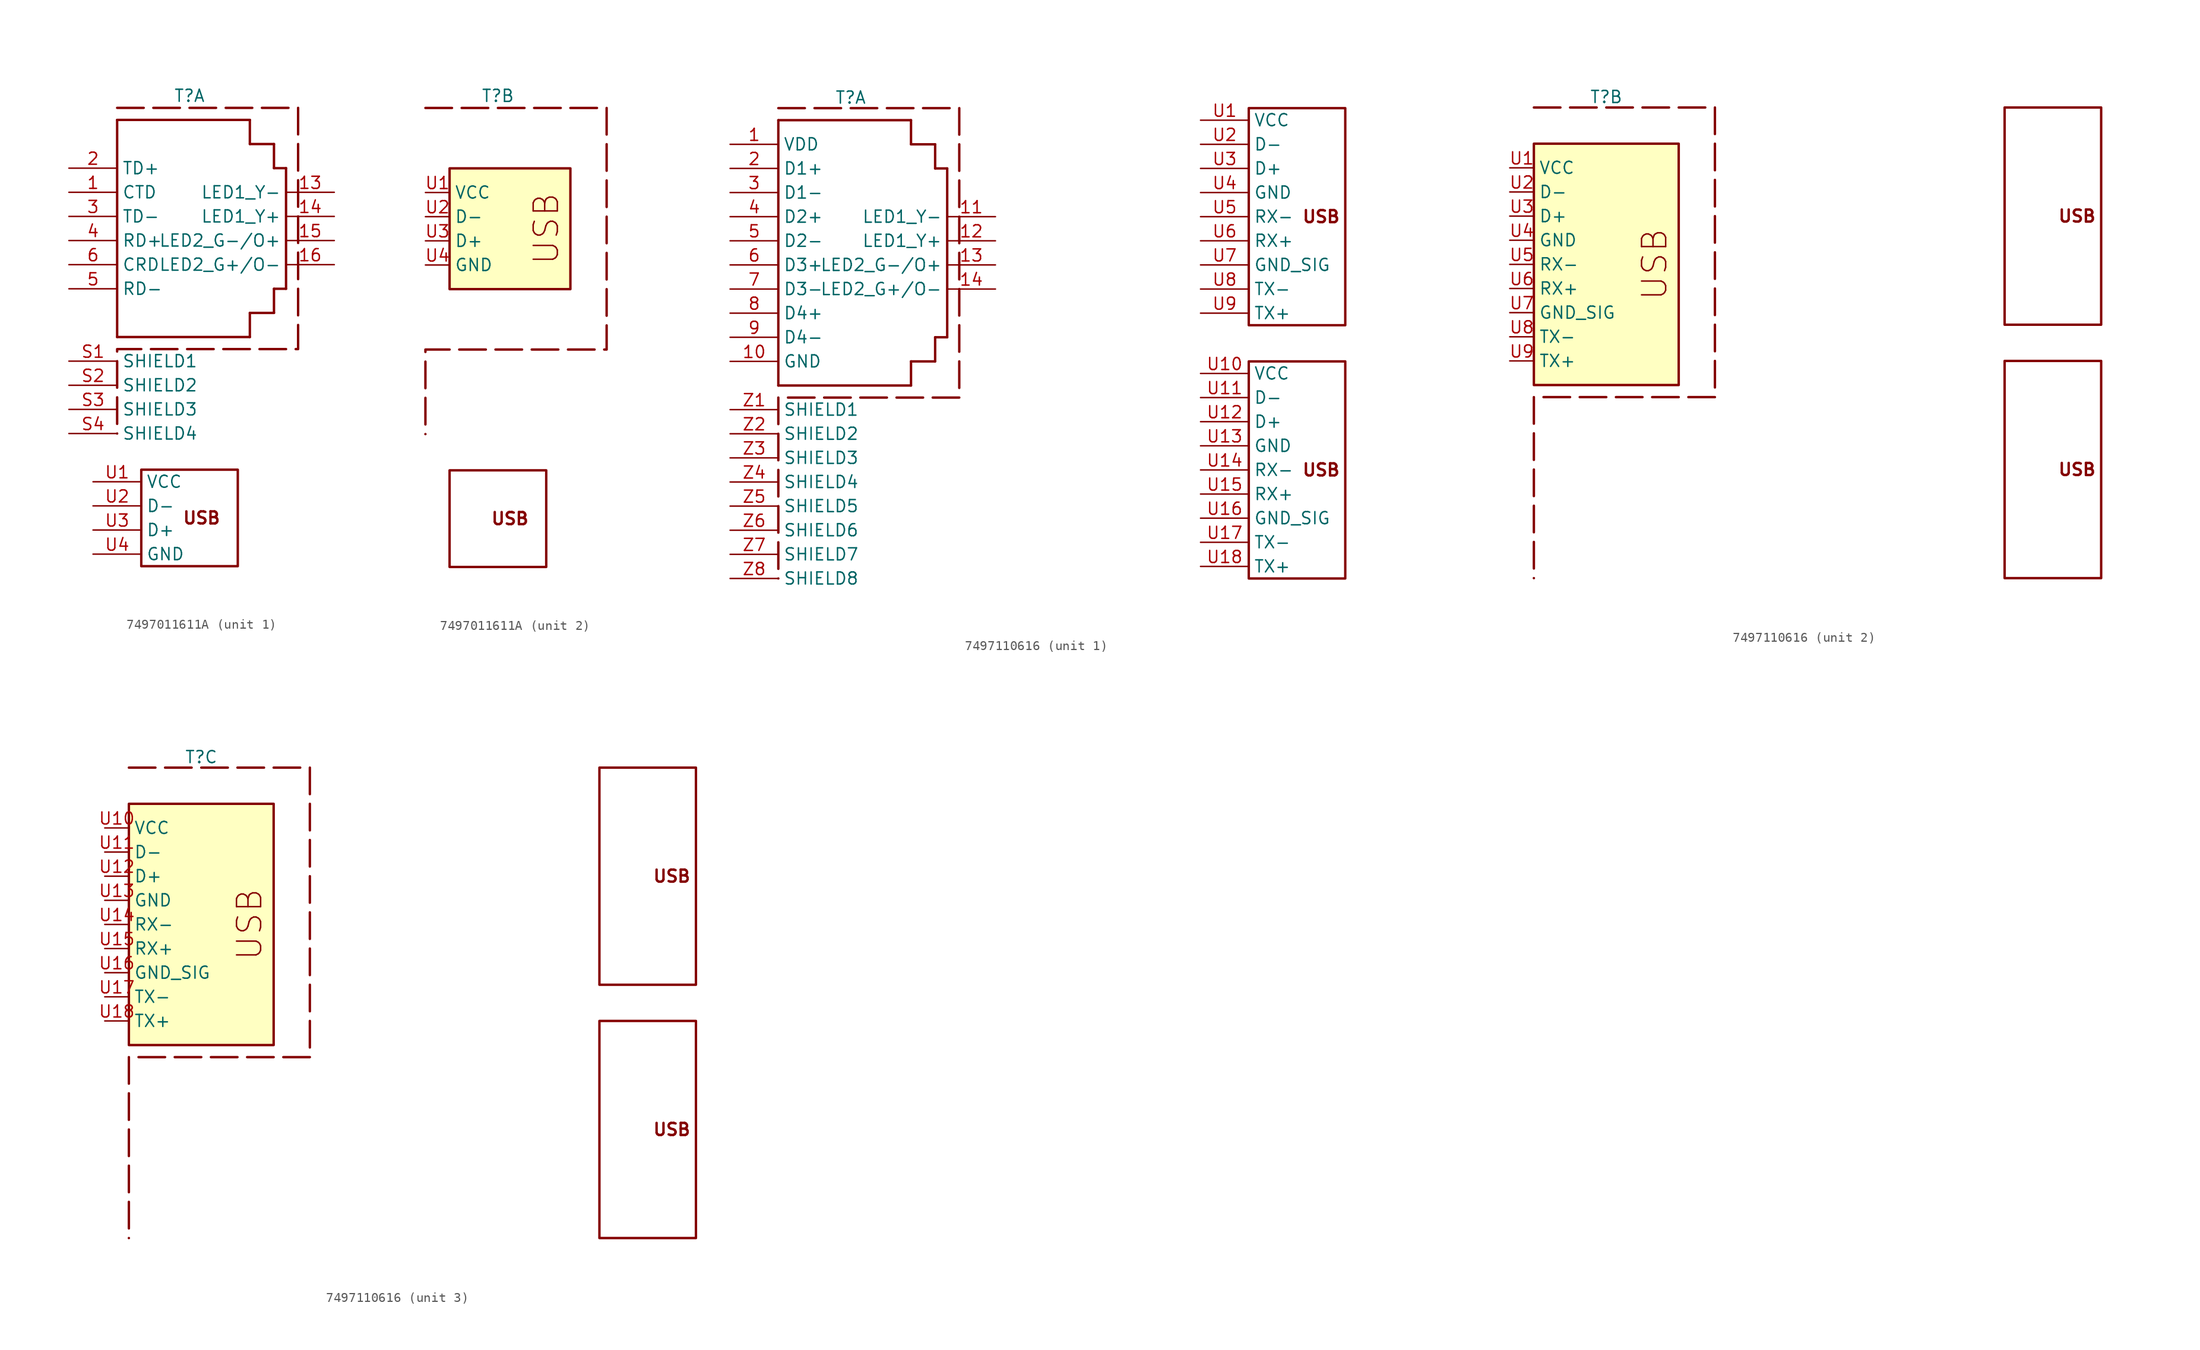
<source format=kicad_sym>
(kicad_symbol_lib
  (version 20220914)
  (generator kicad_symbol_editor)
  (symbol "7497011611A"
    (property "Reference" "T"
      (at 0 15.24 0)
      (effects (font (size 1.27 1.27))))
    (property "Critical Parameter" ""
      (at 0 -5.08 0)
      (effects (font (size 1.27 1.27)) (justify left)))
    (symbol "7497011611A_0_1"
      (rectangle (start -5.08 -24.13) (end 5.08 -34.29) (stroke (width 0.254) (type default)) (fill (type none)))
      (polyline (pts (xy -7.62 13.97) (xy 11.43 13.97) (xy 11.43 -11.43) (xy -7.62 -11.43) (xy -7.62 -20.32)) (stroke (width 0.254) (type dash)) (fill (type none)))
      (text "USB" (at 1.27 -29.21 0) (effects (font (size 1.27 1.27) bold))))
    (symbol "7497011611A_1_0"
      (polyline (pts (xy -7.62 -10.16) (xy -7.62 12.7)) (stroke (width 0.254) (type default)) (fill (type none)))
      (polyline (pts (xy -7.62 12.7) (xy 6.35 12.7)) (stroke (width 0.254) (type default)) (fill (type none)))
      (polyline (pts (xy 6.35 -10.16) (xy -7.62 -10.16)) (stroke (width 0.254) (type default)) (fill (type none)))
      (polyline (pts (xy 6.35 -10.16) (xy 6.35 -7.62)) (stroke (width 0.254) (type default)) (fill (type none)))
      (polyline (pts (xy 6.35 -7.62) (xy 8.89 -7.62)) (stroke (width 0.254) (type default)) (fill (type none)))
      (polyline (pts (xy 6.35 10.16) (xy 8.89 10.16)) (stroke (width 0.254) (type default)) (fill (type none)))
      (polyline (pts (xy 6.35 12.7) (xy 6.35 10.16)) (stroke (width 0.254) (type default)) (fill (type none)))
      (polyline (pts (xy 8.89 -7.62) (xy 8.89 -5.08)) (stroke (width 0.254) (type default)) (fill (type none)))
      (polyline (pts (xy 8.89 -5.08) (xy 10.16 -5.08)) (stroke (width 0.254) (type default)) (fill (type none)))
      (polyline (pts (xy 8.89 7.62) (xy 10.16 7.62)) (stroke (width 0.254) (type default)) (fill (type none)))
      (polyline (pts (xy 8.89 10.16) (xy 8.89 7.62)) (stroke (width 0.254) (type default)) (fill (type none)))
      (polyline (pts (xy 10.16 7.62) (xy 10.16 -5.08)) (stroke (width 0.254) (type default)) (fill (type none)))
      (pin passive line (at -12.7 5.08 0) (length 5.08) (name "CTD" (effects (font (size 1.27 1.27)))) (number "1" (effects (font (size 1.27 1.27)))))
      (pin passive line (at 15.24 5.08 180) (length 5.08) (name "LED1_Y-" (effects (font (size 1.27 1.27)))) (number "13" (effects (font (size 1.27 1.27)))))
      (pin passive line (at 15.24 2.54 180) (length 5.08) (name "LED1_Y+" (effects (font (size 1.27 1.27)))) (number "14" (effects (font (size 1.27 1.27)))))
      (pin passive line (at 15.24 0 180) (length 5.08) (name "LED2_G-/O+" (effects (font (size 1.27 1.27)))) (number "15" (effects (font (size 1.27 1.27)))))
      (pin passive line (at 15.24 -2.54 180) (length 5.08) (name "LED2_G+/O-" (effects (font (size 1.27 1.27)))) (number "16" (effects (font (size 1.27 1.27)))))
      (pin passive line (at -12.7 7.62 0) (length 5.08) (name "TD+" (effects (font (size 1.27 1.27)))) (number "2" (effects (font (size 1.27 1.27)))))
      (pin passive line (at -12.7 2.54 0) (length 5.08) (name "TD-" (effects (font (size 1.27 1.27)))) (number "3" (effects (font (size 1.27 1.27)))))
      (pin passive line (at -12.7 0 0) (length 5.08) (name "RD+" (effects (font (size 1.27 1.27)))) (number "4" (effects (font (size 1.27 1.27)))))
      (pin passive line (at -12.7 -5.08 0) (length 5.08) (name "RD-" (effects (font (size 1.27 1.27)))) (number "5" (effects (font (size 1.27 1.27)))))
      (pin passive line (at -12.7 -2.54 0) (length 5.08) (name "CRD" (effects (font (size 1.27 1.27)))) (number "6" (effects (font (size 1.27 1.27)))))
      (pin passive line (at -12.7 -12.7 0) (length 5.08) (name "SHIELD1" (effects (font (size 1.27 1.27)))) (number "S1" (effects (font (size 1.27 1.27)))))
      (pin passive line (at -12.7 -15.24 0) (length 5.08) (name "SHIELD2" (effects (font (size 1.27 1.27)))) (number "S2" (effects (font (size 1.27 1.27)))))
      (pin passive line (at -12.7 -17.78 0) (length 5.08) (name "SHIELD3" (effects (font (size 1.27 1.27)))) (number "S3" (effects (font (size 1.27 1.27)))))
      (pin passive line (at -12.7 -20.32 0) (length 5.08) (name "SHIELD4" (effects (font (size 1.27 1.27)))) (number "S4" (effects (font (size 1.27 1.27)))))
      (pin passive line (at -10.16 -25.4 0) (length 5.08) (name "VCC" (effects (font (size 1.27 1.27)))) (number "U1" (effects (font (size 1.27 1.27)))))
      (pin passive line (at -10.16 -27.94 0) (length 5.08) (name "D-" (effects (font (size 1.27 1.27)))) (number "U2" (effects (font (size 1.27 1.27)))))
      (pin passive line (at -10.16 -30.48 0) (length 5.08) (name "D+" (effects (font (size 1.27 1.27)))) (number "U3" (effects (font (size 1.27 1.27)))))
      (pin passive line (at -10.16 -33.02 0) (length 5.08) (name "GND" (effects (font (size 1.27 1.27)))) (number "U4" (effects (font (size 1.27 1.27))))))
    (symbol "7497011611A_2_0"
      (rectangle (start -5.08 -5.08) (end 7.62 7.62) (stroke (width 0.254) (type default)) (fill (type background)))
      (text "USB" (at 5.08 1.27 900) (effects (font (size 2.54 2.54))))
      (pin passive line (at -7.62 5.08 0) (length 2.54) (name "VCC" (effects (font (size 1.27 1.27)))) (number "U1" (effects (font (size 1.27 1.27)))))
      (pin passive line (at -7.62 2.54 0) (length 2.54) (name "D-" (effects (font (size 1.27 1.27)))) (number "U2" (effects (font (size 1.27 1.27)))))
      (pin passive line (at -7.62 0 0) (length 2.54) (name "D+" (effects (font (size 1.27 1.27)))) (number "U3" (effects (font (size 1.27 1.27)))))
      (pin passive line (at -7.62 -2.54 0) (length 2.54) (name "GND" (effects (font (size 1.27 1.27)))) (number "U4" (effects (font (size 1.27 1.27)))))))
  (symbol "7497110616"
    (property "Reference" "T"
      (at 0 17.62 0)
      (effects (font (size 1.27 1.27))))
    (property "Critical Parameter" ""
      (at 0 -5.08 0)
      (effects (font (size 1.27 1.27)) (justify left)))
    (symbol "7497110616_0_1"
      (polyline (pts (xy -7.62 16.51) (xy 11.43 16.51) (xy 11.43 -13.97) (xy -7.62 -13.97) (xy -7.62 -33.02)) (stroke (width 0.254) (type dash)) (fill (type none)))
      (rectangle (start 41.91 -10.16) (end 52.07 -33.02) (stroke (width 0.254) (type default)) (fill (type none)))
      (rectangle (start 41.91 16.51) (end 52.07 -6.35) (stroke (width 0.254) (type default)) (fill (type none)))
      (text "USB" (at 49.53 -21.59 0) (effects (font (size 1.27 1.27) bold)))
      (text "USB" (at 49.53 5.08 0) (effects (font (size 1.27 1.27) bold))))
    (symbol "7497110616_1_0"
      (polyline (pts (xy -7.62 -12.7) (xy -7.62 15.24)) (stroke (width 0.254) (type default)) (fill (type none)))
      (polyline (pts (xy -7.62 15.24) (xy 6.35 15.24)) (stroke (width 0.254) (type default)) (fill (type none)))
      (polyline (pts (xy 6.35 -12.7) (xy -7.62 -12.7)) (stroke (width 0.254) (type default)) (fill (type none)))
      (polyline (pts (xy 6.35 -12.7) (xy 6.35 -10.16)) (stroke (width 0.254) (type default)) (fill (type none)))
      (polyline (pts (xy 6.35 -10.16) (xy 8.89 -10.16)) (stroke (width 0.254) (type default)) (fill (type none)))
      (polyline (pts (xy 6.35 12.7) (xy 8.89 12.7)) (stroke (width 0.254) (type default)) (fill (type none)))
      (polyline (pts (xy 6.35 15.24) (xy 6.35 12.7)) (stroke (width 0.254) (type default)) (fill (type none)))
      (polyline (pts (xy 8.89 -10.16) (xy 8.89 -7.62)) (stroke (width 0.254) (type default)) (fill (type none)))
      (polyline (pts (xy 8.89 -7.62) (xy 10.16 -7.62)) (stroke (width 0.254) (type default)) (fill (type none)))
      (polyline (pts (xy 8.89 10.16) (xy 10.16 10.16)) (stroke (width 0.254) (type default)) (fill (type none)))
      (polyline (pts (xy 8.89 12.7) (xy 8.89 10.16)) (stroke (width 0.254) (type default)) (fill (type none)))
      (polyline (pts (xy 10.16 10.16) (xy 10.16 -7.62)) (stroke (width 0.254) (type default)) (fill (type none)))
      (pin passive line (at -12.7 12.7 0) (length 5.08) (name "VDD" (effects (font (size 1.27 1.27)))) (number "1" (effects (font (size 1.27 1.27)))))
      (pin passive line (at -12.7 -10.16 0) (length 5.08) (name "GND" (effects (font (size 1.27 1.27)))) (number "10" (effects (font (size 1.27 1.27)))))
      (pin passive line (at 15.24 5.08 180) (length 5.08) (name "LED1_Y-" (effects (font (size 1.27 1.27)))) (number "11" (effects (font (size 1.27 1.27)))))
      (pin passive line (at 15.24 2.54 180) (length 5.08) (name "LED1_Y+" (effects (font (size 1.27 1.27)))) (number "12" (effects (font (size 1.27 1.27)))))
      (pin passive line (at 15.24 0 180) (length 5.08) (name "LED2_G-/O+" (effects (font (size 1.27 1.27)))) (number "13" (effects (font (size 1.27 1.27)))))
      (pin passive line (at 15.24 -2.54 180) (length 5.08) (name "LED2_G+/O-" (effects (font (size 1.27 1.27)))) (number "14" (effects (font (size 1.27 1.27)))))
      (pin passive line (at -12.7 10.16 0) (length 5.08) (name "D1+" (effects (font (size 1.27 1.27)))) (number "2" (effects (font (size 1.27 1.27)))))
      (pin passive line (at -12.7 7.62 0) (length 5.08) (name "D1-" (effects (font (size 1.27 1.27)))) (number "3" (effects (font (size 1.27 1.27)))))
      (pin passive line (at -12.7 5.08 0) (length 5.08) (name "D2+" (effects (font (size 1.27 1.27)))) (number "4" (effects (font (size 1.27 1.27)))))
      (pin passive line (at -12.7 2.54 0) (length 5.08) (name "D2-" (effects (font (size 1.27 1.27)))) (number "5" (effects (font (size 1.27 1.27)))))
      (pin passive line (at -12.7 0 0) (length 5.08) (name "D3+" (effects (font (size 1.27 1.27)))) (number "6" (effects (font (size 1.27 1.27)))))
      (pin passive line (at -12.7 -2.54 0) (length 5.08) (name "D3-" (effects (font (size 1.27 1.27)))) (number "7" (effects (font (size 1.27 1.27)))))
      (pin passive line (at -12.7 -5.08 0) (length 5.08) (name "D4+" (effects (font (size 1.27 1.27)))) (number "8" (effects (font (size 1.27 1.27)))))
      (pin passive line (at -12.7 -7.62 0) (length 5.08) (name "D4-" (effects (font (size 1.27 1.27)))) (number "9" (effects (font (size 1.27 1.27)))))
      (pin passive line (at 36.83 15.24 0) (length 5.08) (name "VCC" (effects (font (size 1.27 1.27)))) (number "U1" (effects (font (size 1.27 1.27)))))
      (pin passive line (at 36.83 -11.43 0) (length 5.08) (name "VCC" (effects (font (size 1.27 1.27)))) (number "U10" (effects (font (size 1.27 1.27)))))
      (pin passive line (at 36.83 -13.97 0) (length 5.08) (name "D-" (effects (font (size 1.27 1.27)))) (number "U11" (effects (font (size 1.27 1.27)))))
      (pin passive line (at 36.83 -16.51 0) (length 5.08) (name "D+" (effects (font (size 1.27 1.27)))) (number "U12" (effects (font (size 1.27 1.27)))))
      (pin passive line (at 36.83 -19.05 0) (length 5.08) (name "GND" (effects (font (size 1.27 1.27)))) (number "U13" (effects (font (size 1.27 1.27)))))
      (pin passive line (at 36.83 -21.59 0) (length 5.08) (name "RX-" (effects (font (size 1.27 1.27)))) (number "U14" (effects (font (size 1.27 1.27)))))
      (pin passive line (at 36.83 -24.13 0) (length 5.08) (name "RX+" (effects (font (size 1.27 1.27)))) (number "U15" (effects (font (size 1.27 1.27)))))
      (pin passive line (at 36.83 -26.67 0) (length 5.08) (name "GND_SIG" (effects (font (size 1.27 1.27)))) (number "U16" (effects (font (size 1.27 1.27)))))
      (pin passive line (at 36.83 -29.21 0) (length 5.08) (name "TX-" (effects (font (size 1.27 1.27)))) (number "U17" (effects (font (size 1.27 1.27)))))
      (pin passive line (at 36.83 -31.75 0) (length 5.08) (name "TX+" (effects (font (size 1.27 1.27)))) (number "U18" (effects (font (size 1.27 1.27)))))
      (pin passive line (at 36.83 12.7 0) (length 5.08) (name "D-" (effects (font (size 1.27 1.27)))) (number "U2" (effects (font (size 1.27 1.27)))))
      (pin passive line (at 36.83 10.16 0) (length 5.08) (name "D+" (effects (font (size 1.27 1.27)))) (number "U3" (effects (font (size 1.27 1.27)))))
      (pin passive line (at 36.83 7.62 0) (length 5.08) (name "GND" (effects (font (size 1.27 1.27)))) (number "U4" (effects (font (size 1.27 1.27)))))
      (pin passive line (at 36.83 5.08 0) (length 5.08) (name "RX-" (effects (font (size 1.27 1.27)))) (number "U5" (effects (font (size 1.27 1.27)))))
      (pin passive line (at 36.83 2.54 0) (length 5.08) (name "RX+" (effects (font (size 1.27 1.27)))) (number "U6" (effects (font (size 1.27 1.27)))))
      (pin passive line (at 36.83 0 0) (length 5.08) (name "GND_SIG" (effects (font (size 1.27 1.27)))) (number "U7" (effects (font (size 1.27 1.27)))))
      (pin passive line (at 36.83 -2.54 0) (length 5.08) (name "TX-" (effects (font (size 1.27 1.27)))) (number "U8" (effects (font (size 1.27 1.27)))))
      (pin passive line (at 36.83 -5.08 0) (length 5.08) (name "TX+" (effects (font (size 1.27 1.27)))) (number "U9" (effects (font (size 1.27 1.27)))))
      (pin passive line (at -12.7 -15.24 0) (length 5.08) (name "SHIELD1" (effects (font (size 1.27 1.27)))) (number "Z1" (effects (font (size 1.27 1.27)))))
      (pin passive line (at -12.7 -17.78 0) (length 5.08) (name "SHIELD2" (effects (font (size 1.27 1.27)))) (number "Z2" (effects (font (size 1.27 1.27)))))
      (pin passive line (at -12.7 -20.32 0) (length 5.08) (name "SHIELD3" (effects (font (size 1.27 1.27)))) (number "Z3" (effects (font (size 1.27 1.27)))))
      (pin passive line (at -12.7 -22.86 0) (length 5.08) (name "SHIELD4" (effects (font (size 1.27 1.27)))) (number "Z4" (effects (font (size 1.27 1.27)))))
      (pin passive line (at -12.7 -25.4 0) (length 5.08) (name "SHIELD5" (effects (font (size 1.27 1.27)))) (number "Z5" (effects (font (size 1.27 1.27)))))
      (pin passive line (at -12.7 -27.94 0) (length 5.08) (name "SHIELD6" (effects (font (size 1.27 1.27)))) (number "Z6" (effects (font (size 1.27 1.27)))))
      (pin passive line (at -12.7 -30.48 0) (length 5.08) (name "SHIELD7" (effects (font (size 1.27 1.27)))) (number "Z7" (effects (font (size 1.27 1.27)))))
      (pin passive line (at -12.7 -33.02 0) (length 5.08) (name "SHIELD8" (effects (font (size 1.27 1.27)))) (number "Z8" (effects (font (size 1.27 1.27))))))
    (symbol "7497110616_2_0"
      (rectangle (start -7.62 -12.7) (end 7.62 12.7) (stroke (width 0.254) (type default)) (fill (type background)))
      (text "USB" (at 5.08 0 900) (effects (font (size 2.54 2.54))))
      (pin passive line (at -10.16 10.16 0) (length 2.54) (name "VCC" (effects (font (size 1.27 1.27)))) (number "U1" (effects (font (size 1.27 1.27)))))
      (pin passive line (at -10.16 7.62 0) (length 2.54) (name "D-" (effects (font (size 1.27 1.27)))) (number "U2" (effects (font (size 1.27 1.27)))))
      (pin passive line (at -10.16 5.08 0) (length 2.54) (name "D+" (effects (font (size 1.27 1.27)))) (number "U3" (effects (font (size 1.27 1.27)))))
      (pin passive line (at -10.16 2.54 0) (length 2.54) (name "GND" (effects (font (size 1.27 1.27)))) (number "U4" (effects (font (size 1.27 1.27)))))
      (pin passive line (at -10.16 0 0) (length 2.54) (name "RX-" (effects (font (size 1.27 1.27)))) (number "U5" (effects (font (size 1.27 1.27)))))
      (pin passive line (at -10.16 -2.54 0) (length 2.54) (name "RX+" (effects (font (size 1.27 1.27)))) (number "U6" (effects (font (size 1.27 1.27)))))
      (pin passive line (at -10.16 -5.08 0) (length 2.54) (name "GND_SIG" (effects (font (size 1.27 1.27)))) (number "U7" (effects (font (size 1.27 1.27)))))
      (pin passive line (at -10.16 -7.62 0) (length 2.54) (name "TX-" (effects (font (size 1.27 1.27)))) (number "U8" (effects (font (size 1.27 1.27)))))
      (pin passive line (at -10.16 -10.16 0) (length 2.54) (name "TX+" (effects (font (size 1.27 1.27)))) (number "U9" (effects (font (size 1.27 1.27))))))
    (symbol "7497110616_3_0"
      (rectangle (start -7.62 -12.7) (end 7.62 12.7) (stroke (width 0.254) (type default)) (fill (type background)))
      (text "USB" (at 5.08 0 900) (effects (font (size 2.54 2.54))))
      (pin passive line (at -10.16 10.16 0) (length 2.54) (name "VCC" (effects (font (size 1.27 1.27)))) (number "U10" (effects (font (size 1.27 1.27)))))
      (pin passive line (at -10.16 7.62 0) (length 2.54) (name "D-" (effects (font (size 1.27 1.27)))) (number "U11" (effects (font (size 1.27 1.27)))))
      (pin passive line (at -10.16 5.08 0) (length 2.54) (name "D+" (effects (font (size 1.27 1.27)))) (number "U12" (effects (font (size 1.27 1.27)))))
      (pin passive line (at -10.16 2.54 0) (length 2.54) (name "GND" (effects (font (size 1.27 1.27)))) (number "U13" (effects (font (size 1.27 1.27)))))
      (pin passive line (at -10.16 0 0) (length 2.54) (name "RX-" (effects (font (size 1.27 1.27)))) (number "U14" (effects (font (size 1.27 1.27)))))
      (pin passive line (at -10.16 -2.54 0) (length 2.54) (name "RX+" (effects (font (size 1.27 1.27)))) (number "U15" (effects (font (size 1.27 1.27)))))
      (pin passive line (at -10.16 -5.08 0) (length 2.54) (name "GND_SIG" (effects (font (size 1.27 1.27)))) (number "U16" (effects (font (size 1.27 1.27)))))
      (pin passive line (at -10.16 -7.62 0) (length 2.54) (name "TX-" (effects (font (size 1.27 1.27)))) (number "U17" (effects (font (size 1.27 1.27)))))
      (pin passive line (at -10.16 -10.16 0) (length 2.54) (name "TX+" (effects (font (size 1.27 1.27)))) (number "U18" (effects (font (size 1.27 1.27))))))))
</source>
